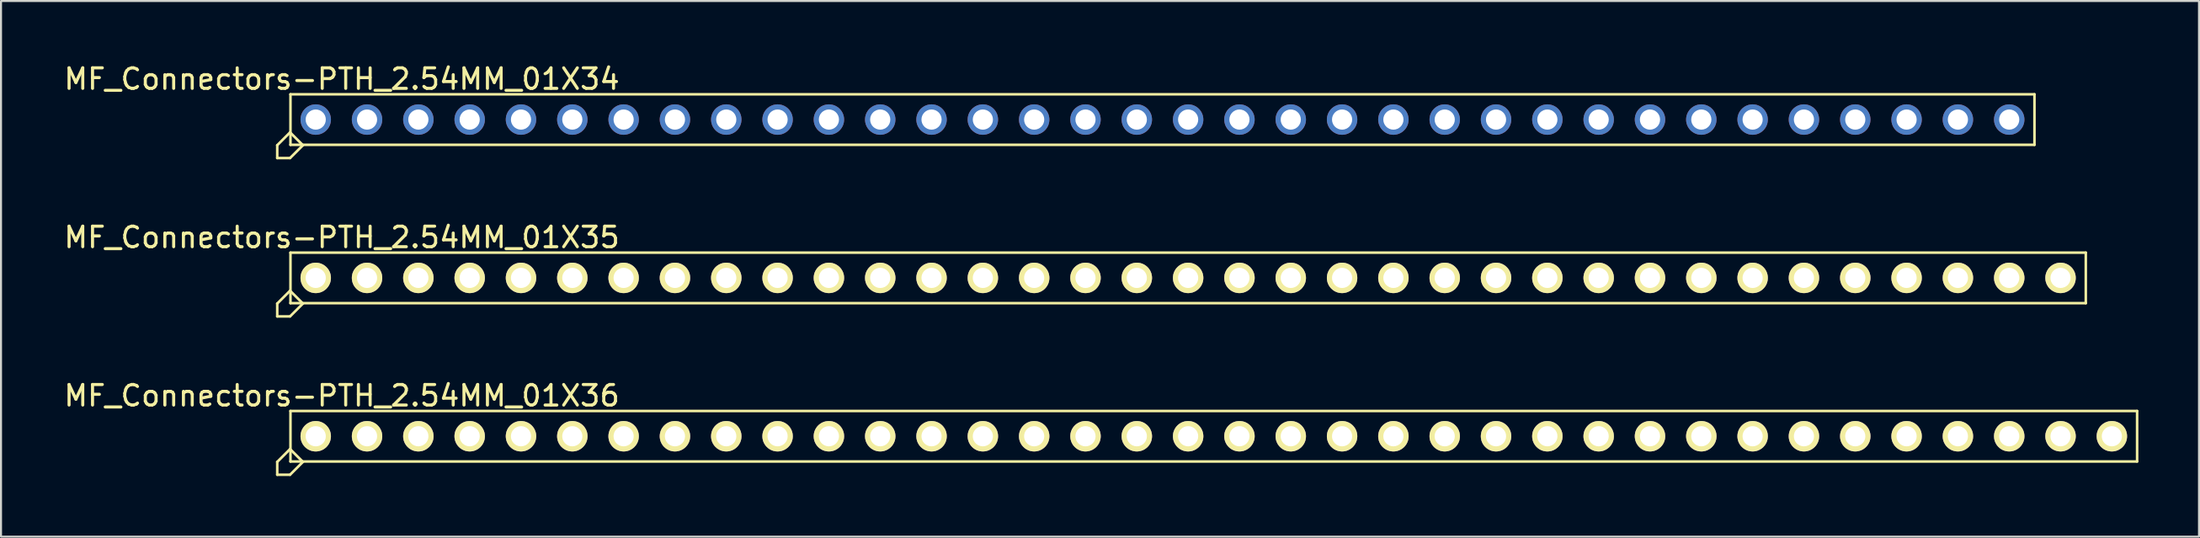
<source format=kicad_pcb>
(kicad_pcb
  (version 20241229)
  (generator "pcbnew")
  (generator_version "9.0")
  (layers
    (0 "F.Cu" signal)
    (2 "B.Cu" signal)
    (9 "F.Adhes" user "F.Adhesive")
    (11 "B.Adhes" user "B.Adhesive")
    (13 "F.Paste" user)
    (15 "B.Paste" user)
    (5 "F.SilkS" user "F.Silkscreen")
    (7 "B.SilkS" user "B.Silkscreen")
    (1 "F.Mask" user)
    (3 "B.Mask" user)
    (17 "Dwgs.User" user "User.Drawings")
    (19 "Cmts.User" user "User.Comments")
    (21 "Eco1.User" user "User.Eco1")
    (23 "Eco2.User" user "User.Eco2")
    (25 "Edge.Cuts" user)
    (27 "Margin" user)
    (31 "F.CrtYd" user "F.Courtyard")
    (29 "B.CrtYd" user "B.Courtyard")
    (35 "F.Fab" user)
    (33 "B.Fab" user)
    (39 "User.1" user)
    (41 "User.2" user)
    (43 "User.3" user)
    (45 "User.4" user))
  (footprint "MF_Connectors-PTH_2.54MM_01X34"
    (layer "F.Cu")
    (at 54.487 2.868)
    (property "Reference" "MF_Connectors-PTH_2.54MM_01X34" (at -40.62 -2.007 0) (layer "F.SilkS") (effects (font (size 1.016 1.016) (thickness 0.152))))
    (attr exclude_from_pos_files exclude_from_bom)
    (fp_line (start -43.815 1.27) (end -43.815 1.905) (stroke (width 0.127) (type solid)) (layer "F.SilkS"))
    (fp_line (start -43.815 1.905) (end -43.18 1.905) (stroke (width 0.127) (type solid)) (layer "F.SilkS"))
    (fp_line (start -43.18 0.635) (end -43.815 1.27) (stroke (width 0.127) (type solid)) (layer "F.SilkS"))
    (fp_line (start -43.18 1.905) (end -42.545 1.27) (stroke (width 0.127) (type solid)) (layer "F.SilkS"))
    (fp_line (start -43.16 -1.25) (end 43.16 -1.25) (stroke (width 0.127) (type solid)) (layer "F.SilkS"))
    (fp_line (start -43.16 1.25) (end -43.16 -1.25) (stroke (width 0.127) (type solid)) (layer "F.SilkS"))
    (fp_line (start -42.545 1.27) (end -43.18 0.635) (stroke (width 0.127) (type solid)) (layer "F.SilkS"))
    (fp_line (start 43.16 -1.25) (end 43.16 1.25) (stroke (width 0.127) (type solid)) (layer "F.SilkS"))
    (fp_line (start 43.16 1.25) (end -43.16 1.25) (stroke (width 0.127) (type solid)) (layer "F.SilkS"))
    (pad "1" thru_hole circle (at -41.91 0) (size 1.506 1.506) (drill 0.998) (layers "*.Cu" "*.Mask"))
    (pad "2" thru_hole circle (at -39.37 0) (size 1.506 1.506) (drill 0.998) (layers "*.Cu" "*.Mask"))
    (pad "3" thru_hole circle (at -36.83 0) (size 1.506 1.506) (drill 0.998) (layers "*.Cu" "*.Mask"))
    (pad "4" thru_hole circle (at -34.29 0) (size 1.506 1.506) (drill 0.998) (layers "*.Cu" "*.Mask"))
    (pad "5" thru_hole circle (at -31.75 0) (size 1.506 1.506) (drill 0.998) (layers "*.Cu" "*.Mask"))
    (pad "6" thru_hole circle (at -29.21 0) (size 1.506 1.506) (drill 0.998) (layers "*.Cu" "*.Mask"))
    (pad "7" thru_hole circle (at -26.67 0) (size 1.506 1.506) (drill 0.998) (layers "*.Cu" "*.Mask"))
    (pad "8" thru_hole circle (at -24.13 0) (size 1.506 1.506) (drill 0.998) (layers "*.Cu" "*.Mask"))
    (pad "9" thru_hole circle (at -21.59 0) (size 1.506 1.506) (drill 0.998) (layers "*.Cu" "*.Mask"))
    (pad "10" thru_hole circle (at -19.05 0) (size 1.506 1.506) (drill 0.998) (layers "*.Cu" "*.Mask"))
    (pad "11" thru_hole circle (at -16.51 0) (size 1.506 1.506) (drill 0.998) (layers "*.Cu" "*.Mask"))
    (pad "12" thru_hole circle (at -13.97 0) (size 1.506 1.506) (drill 0.998) (layers "*.Cu" "*.Mask"))
    (pad "13" thru_hole circle (at -11.43 0) (size 1.506 1.506) (drill 0.998) (layers "*.Cu" "*.Mask"))
    (pad "14" thru_hole circle (at -8.89 0) (size 1.506 1.506) (drill 0.998) (layers "*.Cu" "*.Mask"))
    (pad "15" thru_hole circle (at -6.35 0) (size 1.506 1.506) (drill 0.998) (layers "*.Cu" "*.Mask"))
    (pad "16" thru_hole circle (at -3.81 0) (size 1.506 1.506) (drill 0.998) (layers "*.Cu" "*.Mask"))
    (pad "17" thru_hole circle (at -1.27 0) (size 1.506 1.506) (drill 0.998) (layers "*.Cu" "*.Mask"))
    (pad "18" thru_hole circle (at 1.27 0) (size 1.506 1.506) (drill 0.998) (layers "*.Cu" "*.Mask"))
    (pad "19" thru_hole circle (at 3.81 0) (size 1.506 1.506) (drill 0.998) (layers "*.Cu" "*.Mask"))
    (pad "20" thru_hole circle (at 6.35 0) (size 1.506 1.506) (drill 0.998) (layers "*.Cu" "*.Mask"))
    (pad "21" thru_hole circle (at 8.89 0) (size 1.506 1.506) (drill 0.998) (layers "*.Cu" "*.Mask"))
    (pad "22" thru_hole circle (at 11.43 0) (size 1.506 1.506) (drill 0.998) (layers "*.Cu" "*.Mask"))
    (pad "23" thru_hole circle (at 13.97 0) (size 1.506 1.506) (drill 0.998) (layers "*.Cu" "*.Mask"))
    (pad "24" thru_hole circle (at 16.51 0) (size 1.506 1.506) (drill 0.998) (layers "*.Cu" "*.Mask"))
    (pad "25" thru_hole circle (at 19.05 0) (size 1.506 1.506) (drill 0.998) (layers "*.Cu" "*.Mask"))
    (pad "26" thru_hole circle (at 21.59 0) (size 1.506 1.506) (drill 0.998) (layers "*.Cu" "*.Mask"))
    (pad "27" thru_hole circle (at 24.13 0) (size 1.506 1.506) (drill 0.998) (layers "*.Cu" "*.Mask"))
    (pad "28" thru_hole circle (at 26.67 0) (size 1.506 1.506) (drill 0.998) (layers "*.Cu" "*.Mask"))
    (pad "29" thru_hole circle (at 29.21 0) (size 1.506 1.506) (drill 0.998) (layers "*.Cu" "*.Mask"))
    (pad "30" thru_hole circle (at 31.75 0) (size 1.506 1.506) (drill 0.998) (layers "*.Cu" "*.Mask"))
    (pad "31" thru_hole circle (at 34.29 0) (size 1.506 1.506) (drill 0.998) (layers "*.Cu" "*.Mask"))
    (pad "32" thru_hole circle (at 36.83 0) (size 1.506 1.506) (drill 0.998) (layers "*.Cu" "*.Mask"))
    (pad "33" thru_hole circle (at 39.37 0) (size 1.506 1.506) (drill 0.998) (layers "*.Cu" "*.Mask"))
    (pad "34" thru_hole circle (at 41.91 0) (size 1.506 1.506) (drill 0.998) (layers "*.Cu" "*.Mask")))
  (footprint "MF_Connectors-PTH_2.54MM_01X35"
    (layer "F.Cu")
    (at 55.757 10.705)
    (property "Reference" "MF_Connectors-PTH_2.54MM_01X35" (at -41.89 -2.007 0) (layer "F.SilkS") (effects (font (size 1.016 1.016) (thickness 0.152))))
    (attr exclude_from_pos_files exclude_from_bom)
    (fp_line (start -45.085 1.27) (end -45.085 1.905) (stroke (width 0.127) (type solid)) (layer "F.SilkS"))
    (fp_line (start -45.085 1.905) (end -44.45 1.905) (stroke (width 0.127) (type solid)) (layer "F.SilkS"))
    (fp_line (start -44.45 0.635) (end -45.085 1.27) (stroke (width 0.127) (type solid)) (layer "F.SilkS"))
    (fp_line (start -44.45 1.905) (end -43.815 1.27) (stroke (width 0.127) (type solid)) (layer "F.SilkS"))
    (fp_line (start -44.43 -1.25) (end 44.43 -1.25) (stroke (width 0.127) (type solid)) (layer "F.SilkS"))
    (fp_line (start -44.43 1.25) (end -44.43 -1.25) (stroke (width 0.127) (type solid)) (layer "F.SilkS"))
    (fp_line (start -43.815 1.27) (end -44.45 0.635) (stroke (width 0.127) (type solid)) (layer "F.SilkS"))
    (fp_line (start 44.43 -1.25) (end 44.43 1.25) (stroke (width 0.127) (type solid)) (layer "F.SilkS"))
    (fp_line (start 44.43 1.25) (end -44.43 1.25) (stroke (width 0.127) (type solid)) (layer "F.SilkS"))
    (pad "P$1" thru_hole circle (at -43.18 0) (size 1.506 1.506) (drill 0.998) (layers "*.Cu" "F.Mask" "F.SilkS" "F.Paste"))
    (pad "P$2" thru_hole circle (at -40.64 0) (size 1.506 1.506) (drill 0.998) (layers "*.Cu" "F.Mask" "F.SilkS" "F.Paste"))
    (pad "P$3" thru_hole circle (at -38.1 0) (size 1.506 1.506) (drill 0.998) (layers "*.Cu" "F.Mask" "F.SilkS" "F.Paste"))
    (pad "P$4" thru_hole circle (at -35.56 0) (size 1.506 1.506) (drill 0.998) (layers "*.Cu" "F.Mask" "F.SilkS" "F.Paste"))
    (pad "P$5" thru_hole circle (at -33.02 0) (size 1.506 1.506) (drill 0.998) (layers "*.Cu" "F.Mask" "F.SilkS" "F.Paste"))
    (pad "P$6" thru_hole circle (at -30.48 0) (size 1.506 1.506) (drill 0.998) (layers "*.Cu" "F.Mask" "F.SilkS" "F.Paste"))
    (pad "P$7" thru_hole circle (at -27.94 0) (size 1.506 1.506) (drill 0.998) (layers "*.Cu" "F.Mask" "F.SilkS" "F.Paste"))
    (pad "P$8" thru_hole circle (at -25.4 0) (size 1.506 1.506) (drill 0.998) (layers "*.Cu" "F.Mask" "F.SilkS" "F.Paste"))
    (pad "P$9" thru_hole circle (at -22.86 0) (size 1.506 1.506) (drill 0.998) (layers "*.Cu" "F.Mask" "F.SilkS" "F.Paste"))
    (pad "P$10" thru_hole circle (at -20.32 0) (size 1.506 1.506) (drill 0.998) (layers "*.Cu" "F.Mask" "F.SilkS" "F.Paste"))
    (pad "P$11" thru_hole circle (at -17.78 0) (size 1.506 1.506) (drill 0.998) (layers "*.Cu" "F.Mask" "F.SilkS" "F.Paste"))
    (pad "P$12" thru_hole circle (at -15.24 0) (size 1.506 1.506) (drill 0.998) (layers "*.Cu" "F.Mask" "F.SilkS" "F.Paste"))
    (pad "P$13" thru_hole circle (at -12.7 0) (size 1.506 1.506) (drill 0.998) (layers "*.Cu" "F.Mask" "F.SilkS" "F.Paste"))
    (pad "P$14" thru_hole circle (at -10.16 0) (size 1.506 1.506) (drill 0.998) (layers "*.Cu" "F.Mask" "F.SilkS" "F.Paste"))
    (pad "P$15" thru_hole circle (at -7.62 0) (size 1.506 1.506) (drill 0.998) (layers "*.Cu" "F.Mask" "F.SilkS" "F.Paste"))
    (pad "P$16" thru_hole circle (at -5.08 0) (size 1.506 1.506) (drill 0.998) (layers "*.Cu" "F.Mask" "F.SilkS" "F.Paste"))
    (pad "P$17" thru_hole circle (at -2.54 0) (size 1.506 1.506) (drill 0.998) (layers "*.Cu" "F.Mask" "F.SilkS" "F.Paste"))
    (pad "P$18" thru_hole circle (at 0 0) (size 1.506 1.506) (drill 0.998) (layers "*.Cu" "F.Mask" "F.SilkS" "F.Paste"))
    (pad "P$19" thru_hole circle (at 2.54 0) (size 1.506 1.506) (drill 0.998) (layers "*.Cu" "F.Mask" "F.SilkS" "F.Paste"))
    (pad "P$20" thru_hole circle (at 5.08 0) (size 1.506 1.506) (drill 0.998) (layers "*.Cu" "F.Mask" "F.SilkS" "F.Paste"))
    (pad "P$21" thru_hole circle (at 7.62 0) (size 1.506 1.506) (drill 0.998) (layers "*.Cu" "F.Mask" "F.SilkS" "F.Paste"))
    (pad "P$22" thru_hole circle (at 10.16 0) (size 1.506 1.506) (drill 0.998) (layers "*.Cu" "F.Mask" "F.SilkS" "F.Paste"))
    (pad "P$23" thru_hole circle (at 12.7 0) (size 1.506 1.506) (drill 0.998) (layers "*.Cu" "F.Mask" "F.SilkS" "F.Paste"))
    (pad "P$24" thru_hole circle (at 15.24 0) (size 1.506 1.506) (drill 0.998) (layers "*.Cu" "F.Mask" "F.SilkS" "F.Paste"))
    (pad "P$25" thru_hole circle (at 17.78 0) (size 1.506 1.506) (drill 0.998) (layers "*.Cu" "F.Mask" "F.SilkS" "F.Paste"))
    (pad "P$26" thru_hole circle (at 20.32 0) (size 1.506 1.506) (drill 0.998) (layers "*.Cu" "F.Mask" "F.SilkS" "F.Paste"))
    (pad "P$27" thru_hole circle (at 22.86 0) (size 1.506 1.506) (drill 0.998) (layers "*.Cu" "F.Mask" "F.SilkS" "F.Paste"))
    (pad "P$28" thru_hole circle (at 25.4 0) (size 1.506 1.506) (drill 0.998) (layers "*.Cu" "F.Mask" "F.SilkS" "F.Paste"))
    (pad "P$29" thru_hole circle (at 27.94 0) (size 1.506 1.506) (drill 0.998) (layers "*.Cu" "F.Mask" "F.SilkS" "F.Paste"))
    (pad "P$30" thru_hole circle (at 30.48 0) (size 1.506 1.506) (drill 0.998) (layers "*.Cu" "F.Mask" "F.SilkS" "F.Paste"))
    (pad "P$31" thru_hole circle (at 33.02 0) (size 1.506 1.506) (drill 0.998) (layers "*.Cu" "F.Mask" "F.SilkS" "F.Paste"))
    (pad "P$32" thru_hole circle (at 35.56 0) (size 1.506 1.506) (drill 0.998) (layers "*.Cu" "F.Mask" "F.SilkS" "F.Paste"))
    (pad "P$33" thru_hole circle (at 38.1 0) (size 1.506 1.506) (drill 0.998) (layers "*.Cu" "F.Mask" "F.SilkS" "F.Paste"))
    (pad "P$34" thru_hole circle (at 40.64 0) (size 1.506 1.506) (drill 0.998) (layers "*.Cu" "F.Mask" "F.SilkS" "F.Paste"))
    (pad "P$35" thru_hole circle (at 43.18 0) (size 1.506 1.506) (drill 0.998) (layers "*.Cu" "F.Mask" "F.SilkS" "F.Paste")))
  (footprint "MF_Connectors-PTH_2.54MM_01X36"
    (layer "F.Cu")
    (at 57.027 18.542)
    (property "Reference" "MF_Connectors-PTH_2.54MM_01X36" (at -43.16 -2.007 0) (layer "F.SilkS") (effects (font (size 1.016 1.016) (thickness 0.152))))
    (attr exclude_from_pos_files exclude_from_bom)
    (fp_line (start -46.355 1.27) (end -46.355 1.905) (stroke (width 0.127) (type solid)) (layer "F.SilkS"))
    (fp_line (start -46.355 1.905) (end -45.72 1.905) (stroke (width 0.127) (type solid)) (layer "F.SilkS"))
    (fp_line (start -45.72 0.635) (end -46.355 1.27) (stroke (width 0.127) (type solid)) (layer "F.SilkS"))
    (fp_line (start -45.72 1.905) (end -45.085 1.27) (stroke (width 0.127) (type solid)) (layer "F.SilkS"))
    (fp_line (start -45.7 -1.25) (end 45.7 -1.25) (stroke (width 0.127) (type solid)) (layer "F.SilkS"))
    (fp_line (start -45.7 1.25) (end -45.7 -1.25) (stroke (width 0.127) (type solid)) (layer "F.SilkS"))
    (fp_line (start -45.085 1.27) (end -45.72 0.635) (stroke (width 0.127) (type solid)) (layer "F.SilkS"))
    (fp_line (start 45.7 -1.25) (end 45.7 1.25) (stroke (width 0.127) (type solid)) (layer "F.SilkS"))
    (fp_line (start 45.7 1.25) (end -45.7 1.25) (stroke (width 0.127) (type solid)) (layer "F.SilkS"))
    (pad "P$1" thru_hole circle (at -44.45 0) (size 1.506 1.506) (drill 0.998) (layers "*.Cu" "F.Mask" "F.SilkS" "F.Paste"))
    (pad "P$2" thru_hole circle (at -41.91 0) (size 1.506 1.506) (drill 0.998) (layers "*.Cu" "F.Mask" "F.SilkS" "F.Paste"))
    (pad "P$3" thru_hole circle (at -39.37 0) (size 1.506 1.506) (drill 0.998) (layers "*.Cu" "F.Mask" "F.SilkS" "F.Paste"))
    (pad "P$4" thru_hole circle (at -36.83 0) (size 1.506 1.506) (drill 0.998) (layers "*.Cu" "F.Mask" "F.SilkS" "F.Paste"))
    (pad "P$5" thru_hole circle (at -34.29 0) (size 1.506 1.506) (drill 0.998) (layers "*.Cu" "F.Mask" "F.SilkS" "F.Paste"))
    (pad "P$6" thru_hole circle (at -31.75 0) (size 1.506 1.506) (drill 0.998) (layers "*.Cu" "F.Mask" "F.SilkS" "F.Paste"))
    (pad "P$7" thru_hole circle (at -29.21 0) (size 1.506 1.506) (drill 0.998) (layers "*.Cu" "F.Mask" "F.SilkS" "F.Paste"))
    (pad "P$8" thru_hole circle (at -26.67 0) (size 1.506 1.506) (drill 0.998) (layers "*.Cu" "F.Mask" "F.SilkS" "F.Paste"))
    (pad "P$9" thru_hole circle (at -24.13 0) (size 1.506 1.506) (drill 0.998) (layers "*.Cu" "F.Mask" "F.SilkS" "F.Paste"))
    (pad "P$10" thru_hole circle (at -21.59 0) (size 1.506 1.506) (drill 0.998) (layers "*.Cu" "F.Mask" "F.SilkS" "F.Paste"))
    (pad "P$11" thru_hole circle (at -19.05 0) (size 1.506 1.506) (drill 0.998) (layers "*.Cu" "F.Mask" "F.SilkS" "F.Paste"))
    (pad "P$12" thru_hole circle (at -16.51 0) (size 1.506 1.506) (drill 0.998) (layers "*.Cu" "F.Mask" "F.SilkS" "F.Paste"))
    (pad "P$13" thru_hole circle (at -13.97 0) (size 1.506 1.506) (drill 0.998) (layers "*.Cu" "F.Mask" "F.SilkS" "F.Paste"))
    (pad "P$14" thru_hole circle (at -11.43 0) (size 1.506 1.506) (drill 0.998) (layers "*.Cu" "F.Mask" "F.SilkS" "F.Paste"))
    (pad "P$15" thru_hole circle (at -8.89 0) (size 1.506 1.506) (drill 0.998) (layers "*.Cu" "F.Mask" "F.SilkS" "F.Paste"))
    (pad "P$16" thru_hole circle (at -6.35 0) (size 1.506 1.506) (drill 0.998) (layers "*.Cu" "F.Mask" "F.SilkS" "F.Paste"))
    (pad "P$17" thru_hole circle (at -3.81 0) (size 1.506 1.506) (drill 0.998) (layers "*.Cu" "F.Mask" "F.SilkS" "F.Paste"))
    (pad "P$18" thru_hole circle (at -1.27 0) (size 1.506 1.506) (drill 0.998) (layers "*.Cu" "F.Mask" "F.SilkS" "F.Paste"))
    (pad "P$19" thru_hole circle (at 1.27 0) (size 1.506 1.506) (drill 0.998) (layers "*.Cu" "F.Mask" "F.SilkS" "F.Paste"))
    (pad "P$20" thru_hole circle (at 3.81 0) (size 1.506 1.506) (drill 0.998) (layers "*.Cu" "F.Mask" "F.SilkS" "F.Paste"))
    (pad "P$21" thru_hole circle (at 6.35 0) (size 1.506 1.506) (drill 0.998) (layers "*.Cu" "F.Mask" "F.SilkS" "F.Paste"))
    (pad "P$22" thru_hole circle (at 8.89 0) (size 1.506 1.506) (drill 0.998) (layers "*.Cu" "F.Mask" "F.SilkS" "F.Paste"))
    (pad "P$23" thru_hole circle (at 11.43 0) (size 1.506 1.506) (drill 0.998) (layers "*.Cu" "F.Mask" "F.SilkS" "F.Paste"))
    (pad "P$24" thru_hole circle (at 13.97 0) (size 1.506 1.506) (drill 0.998) (layers "*.Cu" "F.Mask" "F.SilkS" "F.Paste"))
    (pad "P$25" thru_hole circle (at 16.51 0) (size 1.506 1.506) (drill 0.998) (layers "*.Cu" "F.Mask" "F.SilkS" "F.Paste"))
    (pad "P$26" thru_hole circle (at 19.05 0) (size 1.506 1.506) (drill 0.998) (layers "*.Cu" "F.Mask" "F.SilkS" "F.Paste"))
    (pad "P$27" thru_hole circle (at 21.59 0) (size 1.506 1.506) (drill 0.998) (layers "*.Cu" "F.Mask" "F.SilkS" "F.Paste"))
    (pad "P$28" thru_hole circle (at 24.13 0) (size 1.506 1.506) (drill 0.998) (layers "*.Cu" "F.Mask" "F.SilkS" "F.Paste"))
    (pad "P$29" thru_hole circle (at 26.67 0) (size 1.506 1.506) (drill 0.998) (layers "*.Cu" "F.Mask" "F.SilkS" "F.Paste"))
    (pad "P$30" thru_hole circle (at 29.21 0) (size 1.506 1.506) (drill 0.998) (layers "*.Cu" "F.Mask" "F.SilkS" "F.Paste"))
    (pad "P$31" thru_hole circle (at 31.75 0) (size 1.506 1.506) (drill 0.998) (layers "*.Cu" "F.Mask" "F.SilkS" "F.Paste"))
    (pad "P$32" thru_hole circle (at 34.29 0) (size 1.506 1.506) (drill 0.998) (layers "*.Cu" "F.Mask" "F.SilkS" "F.Paste"))
    (pad "P$33" thru_hole circle (at 36.83 0) (size 1.506 1.506) (drill 0.998) (layers "*.Cu" "F.Mask" "F.SilkS" "F.Paste"))
    (pad "P$34" thru_hole circle (at 39.37 0) (size 1.506 1.506) (drill 0.998) (layers "*.Cu" "F.Mask" "F.SilkS" "F.Paste"))
    (pad "P$35" thru_hole circle (at 41.91 0) (size 1.506 1.506) (drill 0.998) (layers "*.Cu" "F.Mask" "F.SilkS" "F.Paste"))
    (pad "P$36" thru_hole circle (at 44.45 0) (size 1.506 1.506) (drill 0.998) (layers "*.Cu" "F.Mask" "F.SilkS" "F.Paste")))
  (gr_rect
    (start -3 -3)
    (end 105.79 23.511)
    (stroke (width 0.1) (type default))
    (fill no)
    (layer "Edge.Cuts")))
</source>
